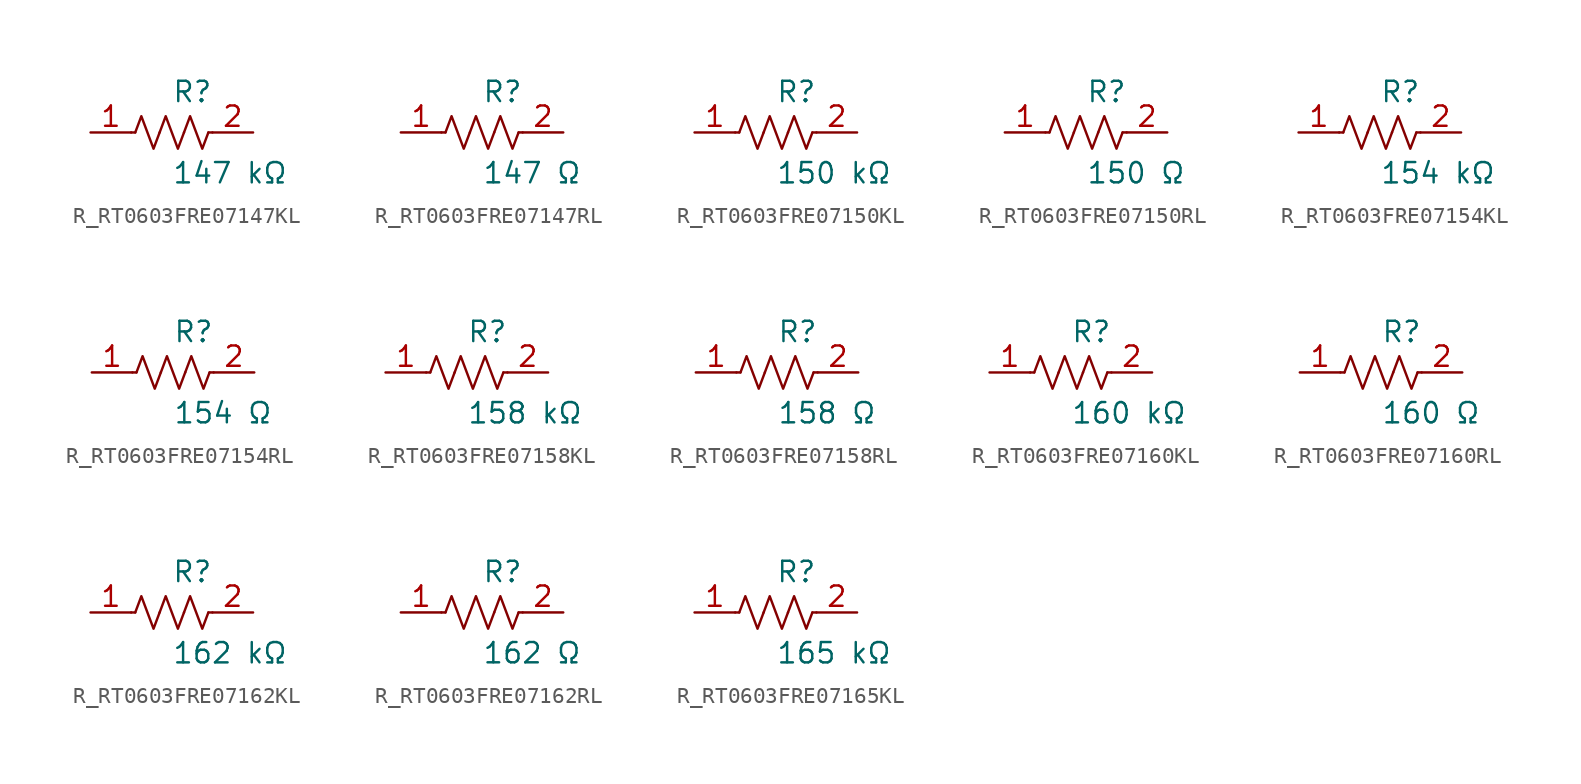
<source format=kicad_sym>
(kicad_symbol_lib
  (version 20231120)
  (generator kicad_symbol_editor)
  (generator_version 8.0)
  (symbol "R_RT0603FRE07147KL"
    (pin_names
      (offset 0.254))
    (property "Reference" "R"
      (at 0.0 2.54 0)
      (effects (font (size 1.27 1.27)) (justify left)))
    (property "Value" "147 kΩ"
      (at 0.0 -2.54 0)
      (effects (font (size 1.27 1.27)) (justify left)))
    (symbol "R_RT0603FRE07147KL_0_1"
      (polyline (pts (xy 2.286 0) (xy 2.54 0)) (stroke (width 0) (type default)) (fill (type none)))
      (polyline (pts (xy -2.286 0) (xy -2.54 0)) (stroke (width 0) (type default)) (fill (type none)))
      (polyline (pts (xy 0.762 0) (xy 1.143 1.016) (xy 1.524 0) (xy 1.905 -1.016) (xy 2.286 0)) (stroke (width 0) (type default)) (fill (type none)))
      (polyline (pts (xy -0.762 0) (xy -0.381 1.016) (xy 0 0) (xy 0.381 -1.016) (xy 0.762 0)) (stroke (width 0) (type default)) (fill (type none)))
      (polyline (pts (xy -2.286 0) (xy -1.905 1.016) (xy -1.524 0) (xy -1.143 -1.016) (xy -0.762 0)) (stroke (width 0) (type default)) (fill (type none))))
    (pin unspecified line
      (at -5.08 0 0)
      (length 2.54)
      (name "" (effects (font (size 1.27 1.27))))
      (number "1" (effects (font (size 1.27 1.27)))))
    (pin unspecified line
      (at 5.08 0 180)
      (length 2.54)
      (name "" (effects (font (size 1.27 1.27))))
      (number "2" (effects (font (size 1.27 1.27))))))
  (symbol "R_RT0603FRE07147RL"
    (pin_names
      (offset 0.254))
    (property "Reference" "R"
      (at 0.0 2.54 0)
      (effects (font (size 1.27 1.27)) (justify left)))
    (property "Value" "147 Ω"
      (at 0.0 -2.54 0)
      (effects (font (size 1.27 1.27)) (justify left)))
    (symbol "R_RT0603FRE07147RL_0_1"
      (polyline (pts (xy 2.286 0) (xy 2.54 0)) (stroke (width 0) (type default)) (fill (type none)))
      (polyline (pts (xy -2.286 0) (xy -2.54 0)) (stroke (width 0) (type default)) (fill (type none)))
      (polyline (pts (xy 0.762 0) (xy 1.143 1.016) (xy 1.524 0) (xy 1.905 -1.016) (xy 2.286 0)) (stroke (width 0) (type default)) (fill (type none)))
      (polyline (pts (xy -0.762 0) (xy -0.381 1.016) (xy 0 0) (xy 0.381 -1.016) (xy 0.762 0)) (stroke (width 0) (type default)) (fill (type none)))
      (polyline (pts (xy -2.286 0) (xy -1.905 1.016) (xy -1.524 0) (xy -1.143 -1.016) (xy -0.762 0)) (stroke (width 0) (type default)) (fill (type none))))
    (pin unspecified line
      (at -5.08 0 0)
      (length 2.54)
      (name "" (effects (font (size 1.27 1.27))))
      (number "1" (effects (font (size 1.27 1.27)))))
    (pin unspecified line
      (at 5.08 0 180)
      (length 2.54)
      (name "" (effects (font (size 1.27 1.27))))
      (number "2" (effects (font (size 1.27 1.27))))))
  (symbol "R_RT0603FRE07150KL"
    (pin_names
      (offset 0.254))
    (property "Reference" "R"
      (at 0.0 2.54 0)
      (effects (font (size 1.27 1.27)) (justify left)))
    (property "Value" "150 kΩ"
      (at 0.0 -2.54 0)
      (effects (font (size 1.27 1.27)) (justify left)))
    (symbol "R_RT0603FRE07150KL_0_1"
      (polyline (pts (xy 2.286 0) (xy 2.54 0)) (stroke (width 0) (type default)) (fill (type none)))
      (polyline (pts (xy -2.286 0) (xy -2.54 0)) (stroke (width 0) (type default)) (fill (type none)))
      (polyline (pts (xy 0.762 0) (xy 1.143 1.016) (xy 1.524 0) (xy 1.905 -1.016) (xy 2.286 0)) (stroke (width 0) (type default)) (fill (type none)))
      (polyline (pts (xy -0.762 0) (xy -0.381 1.016) (xy 0 0) (xy 0.381 -1.016) (xy 0.762 0)) (stroke (width 0) (type default)) (fill (type none)))
      (polyline (pts (xy -2.286 0) (xy -1.905 1.016) (xy -1.524 0) (xy -1.143 -1.016) (xy -0.762 0)) (stroke (width 0) (type default)) (fill (type none))))
    (pin unspecified line
      (at -5.08 0 0)
      (length 2.54)
      (name "" (effects (font (size 1.27 1.27))))
      (number "1" (effects (font (size 1.27 1.27)))))
    (pin unspecified line
      (at 5.08 0 180)
      (length 2.54)
      (name "" (effects (font (size 1.27 1.27))))
      (number "2" (effects (font (size 1.27 1.27))))))
  (symbol "R_RT0603FRE07150RL"
    (pin_names
      (offset 0.254))
    (property "Reference" "R"
      (at 0.0 2.54 0)
      (effects (font (size 1.27 1.27)) (justify left)))
    (property "Value" "150 Ω"
      (at 0.0 -2.54 0)
      (effects (font (size 1.27 1.27)) (justify left)))
    (symbol "R_RT0603FRE07150RL_0_1"
      (polyline (pts (xy 2.286 0) (xy 2.54 0)) (stroke (width 0) (type default)) (fill (type none)))
      (polyline (pts (xy -2.286 0) (xy -2.54 0)) (stroke (width 0) (type default)) (fill (type none)))
      (polyline (pts (xy 0.762 0) (xy 1.143 1.016) (xy 1.524 0) (xy 1.905 -1.016) (xy 2.286 0)) (stroke (width 0) (type default)) (fill (type none)))
      (polyline (pts (xy -0.762 0) (xy -0.381 1.016) (xy 0 0) (xy 0.381 -1.016) (xy 0.762 0)) (stroke (width 0) (type default)) (fill (type none)))
      (polyline (pts (xy -2.286 0) (xy -1.905 1.016) (xy -1.524 0) (xy -1.143 -1.016) (xy -0.762 0)) (stroke (width 0) (type default)) (fill (type none))))
    (pin unspecified line
      (at -5.08 0 0)
      (length 2.54)
      (name "" (effects (font (size 1.27 1.27))))
      (number "1" (effects (font (size 1.27 1.27)))))
    (pin unspecified line
      (at 5.08 0 180)
      (length 2.54)
      (name "" (effects (font (size 1.27 1.27))))
      (number "2" (effects (font (size 1.27 1.27))))))
  (symbol "R_RT0603FRE07154KL"
    (pin_names
      (offset 0.254))
    (property "Reference" "R"
      (at 0.0 2.54 0)
      (effects (font (size 1.27 1.27)) (justify left)))
    (property "Value" "154 kΩ"
      (at 0.0 -2.54 0)
      (effects (font (size 1.27 1.27)) (justify left)))
    (symbol "R_RT0603FRE07154KL_0_1"
      (polyline (pts (xy 2.286 0) (xy 2.54 0)) (stroke (width 0) (type default)) (fill (type none)))
      (polyline (pts (xy -2.286 0) (xy -2.54 0)) (stroke (width 0) (type default)) (fill (type none)))
      (polyline (pts (xy 0.762 0) (xy 1.143 1.016) (xy 1.524 0) (xy 1.905 -1.016) (xy 2.286 0)) (stroke (width 0) (type default)) (fill (type none)))
      (polyline (pts (xy -0.762 0) (xy -0.381 1.016) (xy 0 0) (xy 0.381 -1.016) (xy 0.762 0)) (stroke (width 0) (type default)) (fill (type none)))
      (polyline (pts (xy -2.286 0) (xy -1.905 1.016) (xy -1.524 0) (xy -1.143 -1.016) (xy -0.762 0)) (stroke (width 0) (type default)) (fill (type none))))
    (pin unspecified line
      (at -5.08 0 0)
      (length 2.54)
      (name "" (effects (font (size 1.27 1.27))))
      (number "1" (effects (font (size 1.27 1.27)))))
    (pin unspecified line
      (at 5.08 0 180)
      (length 2.54)
      (name "" (effects (font (size 1.27 1.27))))
      (number "2" (effects (font (size 1.27 1.27))))))
  (symbol "R_RT0603FRE07154RL"
    (pin_names
      (offset 0.254))
    (property "Reference" "R"
      (at 0.0 2.54 0)
      (effects (font (size 1.27 1.27)) (justify left)))
    (property "Value" "154 Ω"
      (at 0.0 -2.54 0)
      (effects (font (size 1.27 1.27)) (justify left)))
    (symbol "R_RT0603FRE07154RL_0_1"
      (polyline (pts (xy 2.286 0) (xy 2.54 0)) (stroke (width 0) (type default)) (fill (type none)))
      (polyline (pts (xy -2.286 0) (xy -2.54 0)) (stroke (width 0) (type default)) (fill (type none)))
      (polyline (pts (xy 0.762 0) (xy 1.143 1.016) (xy 1.524 0) (xy 1.905 -1.016) (xy 2.286 0)) (stroke (width 0) (type default)) (fill (type none)))
      (polyline (pts (xy -0.762 0) (xy -0.381 1.016) (xy 0 0) (xy 0.381 -1.016) (xy 0.762 0)) (stroke (width 0) (type default)) (fill (type none)))
      (polyline (pts (xy -2.286 0) (xy -1.905 1.016) (xy -1.524 0) (xy -1.143 -1.016) (xy -0.762 0)) (stroke (width 0) (type default)) (fill (type none))))
    (pin unspecified line
      (at -5.08 0 0)
      (length 2.54)
      (name "" (effects (font (size 1.27 1.27))))
      (number "1" (effects (font (size 1.27 1.27)))))
    (pin unspecified line
      (at 5.08 0 180)
      (length 2.54)
      (name "" (effects (font (size 1.27 1.27))))
      (number "2" (effects (font (size 1.27 1.27))))))
  (symbol "R_RT0603FRE07158KL"
    (pin_names
      (offset 0.254))
    (property "Reference" "R"
      (at 0.0 2.54 0)
      (effects (font (size 1.27 1.27)) (justify left)))
    (property "Value" "158 kΩ"
      (at 0.0 -2.54 0)
      (effects (font (size 1.27 1.27)) (justify left)))
    (symbol "R_RT0603FRE07158KL_0_1"
      (polyline (pts (xy 2.286 0) (xy 2.54 0)) (stroke (width 0) (type default)) (fill (type none)))
      (polyline (pts (xy -2.286 0) (xy -2.54 0)) (stroke (width 0) (type default)) (fill (type none)))
      (polyline (pts (xy 0.762 0) (xy 1.143 1.016) (xy 1.524 0) (xy 1.905 -1.016) (xy 2.286 0)) (stroke (width 0) (type default)) (fill (type none)))
      (polyline (pts (xy -0.762 0) (xy -0.381 1.016) (xy 0 0) (xy 0.381 -1.016) (xy 0.762 0)) (stroke (width 0) (type default)) (fill (type none)))
      (polyline (pts (xy -2.286 0) (xy -1.905 1.016) (xy -1.524 0) (xy -1.143 -1.016) (xy -0.762 0)) (stroke (width 0) (type default)) (fill (type none))))
    (pin unspecified line
      (at -5.08 0 0)
      (length 2.54)
      (name "" (effects (font (size 1.27 1.27))))
      (number "1" (effects (font (size 1.27 1.27)))))
    (pin unspecified line
      (at 5.08 0 180)
      (length 2.54)
      (name "" (effects (font (size 1.27 1.27))))
      (number "2" (effects (font (size 1.27 1.27))))))
  (symbol "R_RT0603FRE07158RL"
    (pin_names
      (offset 0.254))
    (property "Reference" "R"
      (at 0.0 2.54 0)
      (effects (font (size 1.27 1.27)) (justify left)))
    (property "Value" "158 Ω"
      (at 0.0 -2.54 0)
      (effects (font (size 1.27 1.27)) (justify left)))
    (symbol "R_RT0603FRE07158RL_0_1"
      (polyline (pts (xy 2.286 0) (xy 2.54 0)) (stroke (width 0) (type default)) (fill (type none)))
      (polyline (pts (xy -2.286 0) (xy -2.54 0)) (stroke (width 0) (type default)) (fill (type none)))
      (polyline (pts (xy 0.762 0) (xy 1.143 1.016) (xy 1.524 0) (xy 1.905 -1.016) (xy 2.286 0)) (stroke (width 0) (type default)) (fill (type none)))
      (polyline (pts (xy -0.762 0) (xy -0.381 1.016) (xy 0 0) (xy 0.381 -1.016) (xy 0.762 0)) (stroke (width 0) (type default)) (fill (type none)))
      (polyline (pts (xy -2.286 0) (xy -1.905 1.016) (xy -1.524 0) (xy -1.143 -1.016) (xy -0.762 0)) (stroke (width 0) (type default)) (fill (type none))))
    (pin unspecified line
      (at -5.08 0 0)
      (length 2.54)
      (name "" (effects (font (size 1.27 1.27))))
      (number "1" (effects (font (size 1.27 1.27)))))
    (pin unspecified line
      (at 5.08 0 180)
      (length 2.54)
      (name "" (effects (font (size 1.27 1.27))))
      (number "2" (effects (font (size 1.27 1.27))))))
  (symbol "R_RT0603FRE07160KL"
    (pin_names
      (offset 0.254))
    (property "Reference" "R"
      (at 0.0 2.54 0)
      (effects (font (size 1.27 1.27)) (justify left)))
    (property "Value" "160 kΩ"
      (at 0.0 -2.54 0)
      (effects (font (size 1.27 1.27)) (justify left)))
    (symbol "R_RT0603FRE07160KL_0_1"
      (polyline (pts (xy 2.286 0) (xy 2.54 0)) (stroke (width 0) (type default)) (fill (type none)))
      (polyline (pts (xy -2.286 0) (xy -2.54 0)) (stroke (width 0) (type default)) (fill (type none)))
      (polyline (pts (xy 0.762 0) (xy 1.143 1.016) (xy 1.524 0) (xy 1.905 -1.016) (xy 2.286 0)) (stroke (width 0) (type default)) (fill (type none)))
      (polyline (pts (xy -0.762 0) (xy -0.381 1.016) (xy 0 0) (xy 0.381 -1.016) (xy 0.762 0)) (stroke (width 0) (type default)) (fill (type none)))
      (polyline (pts (xy -2.286 0) (xy -1.905 1.016) (xy -1.524 0) (xy -1.143 -1.016) (xy -0.762 0)) (stroke (width 0) (type default)) (fill (type none))))
    (pin unspecified line
      (at -5.08 0 0)
      (length 2.54)
      (name "" (effects (font (size 1.27 1.27))))
      (number "1" (effects (font (size 1.27 1.27)))))
    (pin unspecified line
      (at 5.08 0 180)
      (length 2.54)
      (name "" (effects (font (size 1.27 1.27))))
      (number "2" (effects (font (size 1.27 1.27))))))
  (symbol "R_RT0603FRE07160RL"
    (pin_names
      (offset 0.254))
    (property "Reference" "R"
      (at 0.0 2.54 0)
      (effects (font (size 1.27 1.27)) (justify left)))
    (property "Value" "160 Ω"
      (at 0.0 -2.54 0)
      (effects (font (size 1.27 1.27)) (justify left)))
    (symbol "R_RT0603FRE07160RL_0_1"
      (polyline (pts (xy 2.286 0) (xy 2.54 0)) (stroke (width 0) (type default)) (fill (type none)))
      (polyline (pts (xy -2.286 0) (xy -2.54 0)) (stroke (width 0) (type default)) (fill (type none)))
      (polyline (pts (xy 0.762 0) (xy 1.143 1.016) (xy 1.524 0) (xy 1.905 -1.016) (xy 2.286 0)) (stroke (width 0) (type default)) (fill (type none)))
      (polyline (pts (xy -0.762 0) (xy -0.381 1.016) (xy 0 0) (xy 0.381 -1.016) (xy 0.762 0)) (stroke (width 0) (type default)) (fill (type none)))
      (polyline (pts (xy -2.286 0) (xy -1.905 1.016) (xy -1.524 0) (xy -1.143 -1.016) (xy -0.762 0)) (stroke (width 0) (type default)) (fill (type none))))
    (pin unspecified line
      (at -5.08 0 0)
      (length 2.54)
      (name "" (effects (font (size 1.27 1.27))))
      (number "1" (effects (font (size 1.27 1.27)))))
    (pin unspecified line
      (at 5.08 0 180)
      (length 2.54)
      (name "" (effects (font (size 1.27 1.27))))
      (number "2" (effects (font (size 1.27 1.27))))))
  (symbol "R_RT0603FRE07162KL"
    (pin_names
      (offset 0.254))
    (property "Reference" "R"
      (at 0.0 2.54 0)
      (effects (font (size 1.27 1.27)) (justify left)))
    (property "Value" "162 kΩ"
      (at 0.0 -2.54 0)
      (effects (font (size 1.27 1.27)) (justify left)))
    (symbol "R_RT0603FRE07162KL_0_1"
      (polyline (pts (xy 2.286 0) (xy 2.54 0)) (stroke (width 0) (type default)) (fill (type none)))
      (polyline (pts (xy -2.286 0) (xy -2.54 0)) (stroke (width 0) (type default)) (fill (type none)))
      (polyline (pts (xy 0.762 0) (xy 1.143 1.016) (xy 1.524 0) (xy 1.905 -1.016) (xy 2.286 0)) (stroke (width 0) (type default)) (fill (type none)))
      (polyline (pts (xy -0.762 0) (xy -0.381 1.016) (xy 0 0) (xy 0.381 -1.016) (xy 0.762 0)) (stroke (width 0) (type default)) (fill (type none)))
      (polyline (pts (xy -2.286 0) (xy -1.905 1.016) (xy -1.524 0) (xy -1.143 -1.016) (xy -0.762 0)) (stroke (width 0) (type default)) (fill (type none))))
    (pin unspecified line
      (at -5.08 0 0)
      (length 2.54)
      (name "" (effects (font (size 1.27 1.27))))
      (number "1" (effects (font (size 1.27 1.27)))))
    (pin unspecified line
      (at 5.08 0 180)
      (length 2.54)
      (name "" (effects (font (size 1.27 1.27))))
      (number "2" (effects (font (size 1.27 1.27))))))
  (symbol "R_RT0603FRE07162RL"
    (pin_names
      (offset 0.254))
    (property "Reference" "R"
      (at 0.0 2.54 0)
      (effects (font (size 1.27 1.27)) (justify left)))
    (property "Value" "162 Ω"
      (at 0.0 -2.54 0)
      (effects (font (size 1.27 1.27)) (justify left)))
    (symbol "R_RT0603FRE07162RL_0_1"
      (polyline (pts (xy 2.286 0) (xy 2.54 0)) (stroke (width 0) (type default)) (fill (type none)))
      (polyline (pts (xy -2.286 0) (xy -2.54 0)) (stroke (width 0) (type default)) (fill (type none)))
      (polyline (pts (xy 0.762 0) (xy 1.143 1.016) (xy 1.524 0) (xy 1.905 -1.016) (xy 2.286 0)) (stroke (width 0) (type default)) (fill (type none)))
      (polyline (pts (xy -0.762 0) (xy -0.381 1.016) (xy 0 0) (xy 0.381 -1.016) (xy 0.762 0)) (stroke (width 0) (type default)) (fill (type none)))
      (polyline (pts (xy -2.286 0) (xy -1.905 1.016) (xy -1.524 0) (xy -1.143 -1.016) (xy -0.762 0)) (stroke (width 0) (type default)) (fill (type none))))
    (pin unspecified line
      (at -5.08 0 0)
      (length 2.54)
      (name "" (effects (font (size 1.27 1.27))))
      (number "1" (effects (font (size 1.27 1.27)))))
    (pin unspecified line
      (at 5.08 0 180)
      (length 2.54)
      (name "" (effects (font (size 1.27 1.27))))
      (number "2" (effects (font (size 1.27 1.27))))))
  (symbol "R_RT0603FRE07165KL"
    (pin_names
      (offset 0.254))
    (property "Reference" "R"
      (at 0.0 2.54 0)
      (effects (font (size 1.27 1.27)) (justify left)))
    (property "Value" "165 kΩ"
      (at 0.0 -2.54 0)
      (effects (font (size 1.27 1.27)) (justify left)))
    (symbol "R_RT0603FRE07165KL_0_1"
      (polyline (pts (xy 2.286 0) (xy 2.54 0)) (stroke (width 0) (type default)) (fill (type none)))
      (polyline (pts (xy -2.286 0) (xy -2.54 0)) (stroke (width 0) (type default)) (fill (type none)))
      (polyline (pts (xy 0.762 0) (xy 1.143 1.016) (xy 1.524 0) (xy 1.905 -1.016) (xy 2.286 0)) (stroke (width 0) (type default)) (fill (type none)))
      (polyline (pts (xy -0.762 0) (xy -0.381 1.016) (xy 0 0) (xy 0.381 -1.016) (xy 0.762 0)) (stroke (width 0) (type default)) (fill (type none)))
      (polyline (pts (xy -2.286 0) (xy -1.905 1.016) (xy -1.524 0) (xy -1.143 -1.016) (xy -0.762 0)) (stroke (width 0) (type default)) (fill (type none))))
    (pin unspecified line
      (at -5.08 0 0)
      (length 2.54)
      (name "" (effects (font (size 1.27 1.27))))
      (number "1" (effects (font (size 1.27 1.27)))))
    (pin unspecified line
      (at 5.08 0 180)
      (length 2.54)
      (name "" (effects (font (size 1.27 1.27))))
      (number "2" (effects (font (size 1.27 1.27)))))))
</source>
